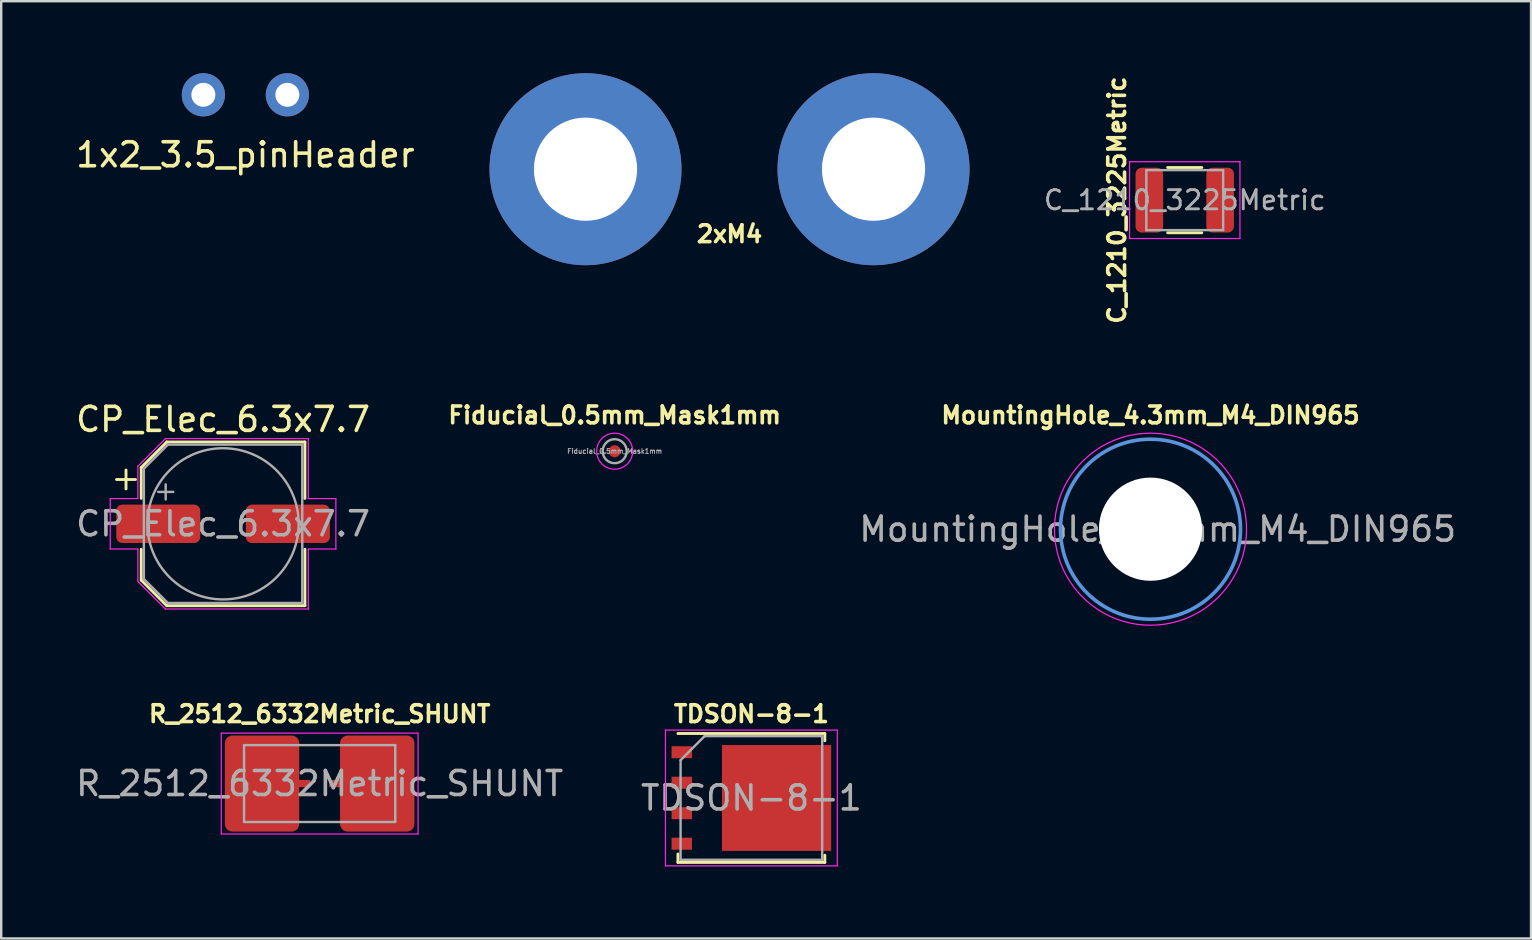
<source format=kicad_pcb>
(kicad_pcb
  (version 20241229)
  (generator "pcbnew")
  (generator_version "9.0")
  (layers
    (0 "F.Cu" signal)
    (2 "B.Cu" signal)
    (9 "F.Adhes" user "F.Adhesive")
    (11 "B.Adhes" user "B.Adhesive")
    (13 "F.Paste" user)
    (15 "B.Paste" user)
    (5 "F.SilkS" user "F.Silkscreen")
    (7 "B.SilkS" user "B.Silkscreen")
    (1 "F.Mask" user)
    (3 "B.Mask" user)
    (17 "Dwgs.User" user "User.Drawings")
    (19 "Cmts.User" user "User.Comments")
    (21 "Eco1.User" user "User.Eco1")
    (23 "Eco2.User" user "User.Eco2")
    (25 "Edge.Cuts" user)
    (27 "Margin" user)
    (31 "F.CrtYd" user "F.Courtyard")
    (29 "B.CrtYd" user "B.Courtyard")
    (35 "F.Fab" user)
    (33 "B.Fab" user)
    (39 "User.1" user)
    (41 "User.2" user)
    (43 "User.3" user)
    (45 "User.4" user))
  (footprint "CP_Elec_6.3x7.7"
    (layer "F.Cu")
    (at 6.244 18.775)
    (property "Reference" "CP_Elec_6.3x7.7" (at 0 -4.35 180) (layer "F.SilkS") (effects (font (size 1 1) (thickness 0.15))))
    (attr smd)
    (fp_line (start -4.438 -1.847) (end -3.65 -1.847) (stroke (width 0.12) (type solid)) (layer "F.SilkS"))
    (fp_line (start -4.044 -2.241) (end -4.044 -1.454) (stroke (width 0.12) (type solid)) (layer "F.SilkS"))
    (fp_line (start -3.41 -2.346) (end -3.41 -1.06) (stroke (width 0.12) (type solid)) (layer "F.SilkS"))
    (fp_line (start -3.41 -2.346) (end -2.346 -3.41) (stroke (width 0.12) (type solid)) (layer "F.SilkS"))
    (fp_line (start -3.41 2.346) (end -3.41 1.06) (stroke (width 0.12) (type solid)) (layer "F.SilkS"))
    (fp_line (start -3.41 2.346) (end -2.346 3.41) (stroke (width 0.12) (type solid)) (layer "F.SilkS"))
    (fp_line (start -2.346 -3.41) (end 3.41 -3.41) (stroke (width 0.12) (type solid)) (layer "F.SilkS"))
    (fp_line (start -2.346 3.41) (end 3.41 3.41) (stroke (width 0.12) (type solid)) (layer "F.SilkS"))
    (fp_line (start 3.41 -3.41) (end 3.41 -1.06) (stroke (width 0.12) (type solid)) (layer "F.SilkS"))
    (fp_line (start 3.41 3.41) (end 3.41 1.06) (stroke (width 0.12) (type solid)) (layer "F.SilkS"))
    (fp_line (start -4.7 -1.05) (end -4.7 1.05) (stroke (width 0.05) (type solid)) (layer "F.CrtYd"))
    (fp_line (start -4.7 1.05) (end -3.55 1.05) (stroke (width 0.05) (type solid)) (layer "F.CrtYd"))
    (fp_line (start -3.55 -2.4) (end -3.55 -1.05) (stroke (width 0.05) (type solid)) (layer "F.CrtYd"))
    (fp_line (start -3.55 -2.4) (end -2.4 -3.55) (stroke (width 0.05) (type solid)) (layer "F.CrtYd"))
    (fp_line (start -3.55 -1.05) (end -4.7 -1.05) (stroke (width 0.05) (type solid)) (layer "F.CrtYd"))
    (fp_line (start -3.55 1.05) (end -3.55 2.4) (stroke (width 0.05) (type solid)) (layer "F.CrtYd"))
    (fp_line (start -3.55 2.4) (end -2.4 3.55) (stroke (width 0.05) (type solid)) (layer "F.CrtYd"))
    (fp_line (start -2.4 -3.55) (end 3.55 -3.55) (stroke (width 0.05) (type solid)) (layer "F.CrtYd"))
    (fp_line (start -2.4 3.55) (end 3.55 3.55) (stroke (width 0.05) (type solid)) (layer "F.CrtYd"))
    (fp_line (start 3.55 -3.55) (end 3.55 -1.05) (stroke (width 0.05) (type solid)) (layer "F.CrtYd"))
    (fp_line (start 3.55 -1.05) (end 4.7 -1.05) (stroke (width 0.05) (type solid)) (layer "F.CrtYd"))
    (fp_line (start 3.55 1.05) (end 3.55 3.55) (stroke (width 0.05) (type solid)) (layer "F.CrtYd"))
    (fp_line (start 4.7 -1.05) (end 4.7 1.05) (stroke (width 0.05) (type solid)) (layer "F.CrtYd"))
    (fp_line (start 4.7 1.05) (end 3.55 1.05) (stroke (width 0.05) (type solid)) (layer "F.CrtYd"))
    (fp_line (start -3.3 -2.3) (end -3.3 2.3) (stroke (width 0.1) (type solid)) (layer "F.Fab"))
    (fp_line (start -3.3 -2.3) (end -2.3 -3.3) (stroke (width 0.1) (type solid)) (layer "F.Fab"))
    (fp_line (start -3.3 2.3) (end -2.3 3.3) (stroke (width 0.1) (type solid)) (layer "F.Fab"))
    (fp_line (start -2.705 -1.33) (end -2.075 -1.33) (stroke (width 0.1) (type solid)) (layer "F.Fab"))
    (fp_line (start -2.39 -1.645) (end -2.39 -1.015) (stroke (width 0.1) (type solid)) (layer "F.Fab"))
    (fp_line (start -2.3 -3.3) (end 3.3 -3.3) (stroke (width 0.1) (type solid)) (layer "F.Fab"))
    (fp_line (start -2.3 3.3) (end 3.3 3.3) (stroke (width 0.1) (type solid)) (layer "F.Fab"))
    (fp_line (start 3.3 -3.3) (end 3.3 3.3) (stroke (width 0.1) (type solid)) (layer "F.Fab"))
    (fp_circle (center 0 0) (end 3.15 0) (stroke (width 0.1) (type solid)) (fill no) (layer "F.Fab"))
    (fp_text user "${REFERENCE}" (at 0 0 180) (layer "F.Fab") (effects (font (size 1 1) (thickness 0.15))))
    (pad "1" smd roundrect (at -2.7 0) (size 3.5 1.6) (layers "F.Cu" "F.Mask" "F.Paste") (roundrect_rratio 0.156))
    (pad "2" smd roundrect (at 2.7 0) (size 3.5 1.6) (layers "F.Cu" "F.Mask" "F.Paste") (roundrect_rratio 0.156)))
  (footprint "TDSON-8-1"
    (layer "F.Cu")
    (at 28.256 30.197)
    (property "Reference" "TDSON-8-1" (at 0 -3.5 180) (layer "F.SilkS") (effects (font (size 0.7 0.7) (thickness 0.15))))
    (attr smd)
    (fp_line (start -3.06 2.335) (end -3.06 2.685) (stroke (width 0.12) (type solid)) (layer "F.SilkS"))
    (fp_line (start 3.06 -2.685) (end -3.06 -2.685) (stroke (width 0.12) (type solid)) (layer "F.SilkS"))
    (fp_line (start 3.06 -2.385) (end 3.06 -2.685) (stroke (width 0.12) (type solid)) (layer "F.SilkS"))
    (fp_line (start 3.06 2.385) (end 3.06 2.685) (stroke (width 0.12) (type solid)) (layer "F.SilkS"))
    (fp_line (start 3.06 2.685) (end -3.06 2.685) (stroke (width 0.12) (type solid)) (layer "F.SilkS"))
    (fp_line (start -3.58 -2.83) (end -3.58 2.83) (stroke (width 0.05) (type solid)) (layer "F.CrtYd"))
    (fp_line (start -3.58 2.83) (end 3.58 2.83) (stroke (width 0.05) (type solid)) (layer "F.CrtYd"))
    (fp_line (start 3.58 -2.83) (end -3.58 -2.83) (stroke (width 0.05) (type solid)) (layer "F.CrtYd"))
    (fp_line (start 3.58 2.83) (end 3.58 -2.83) (stroke (width 0.05) (type solid)) (layer "F.CrtYd"))
    (fp_line (start -2.95 2.575) (end -2.95 -1.575) (stroke (width 0.1) (type solid)) (layer "F.Fab"))
    (fp_line (start -1.95 -2.575) (end -2.95 -1.575) (stroke (width 0.1) (type solid)) (layer "F.Fab"))
    (fp_line (start -1.95 -2.575) (end 2.95 -2.575) (stroke (width 0.1) (type solid)) (layer "F.Fab"))
    (fp_line (start 2.95 -2.575) (end 2.95 2.575) (stroke (width 0.1) (type solid)) (layer "F.Fab"))
    (fp_line (start 2.95 2.575) (end -2.95 2.575) (stroke (width 0.1) (type solid)) (layer "F.Fab"))
    (fp_text user "${REFERENCE}" (at 0 0 180) (layer "F.Fab") (effects (font (size 1 1) (thickness 0.15))))
    (pad "" smd rect (at -0.2 -0.85) (size 1.5 1.5) (layers "F.Paste"))
    (pad "" smd rect (at -0.2 0.85) (size 1.5 1.5) (layers "F.Paste"))
    (pad "" smd custom (at 0.65 0) (size 3.75 4.41) (layers "F.Mask") (options (anchor rect)) (primitives (gr_poly (pts (xy 1.875 -2.205) (xy 2.675 -2.205) (xy 2.675 -1.605) (xy 1.875 -1.605)) (width 0) (fill yes)) (gr_poly (pts (xy 1.875 -0.935) (xy 2.675 -0.935) (xy 2.675 -0.335) (xy 1.875 -0.335)) (width 0) (fill yes)) (gr_poly (pts (xy 1.875 0.335) (xy 2.675 0.335) (xy 2.675 0.935) (xy 1.875 0.935)) (width 0) (fill yes)) (gr_poly (pts (xy 1.875 1.605) (xy 2.675 1.605) (xy 2.675 2.205) (xy 1.875 2.205)) (width 0) (fill yes))))
    (pad "" smd rect (at 1.5 -0.85) (size 1.5 1.5) (layers "F.Paste"))
    (pad "" smd rect (at 1.5 0.85) (size 1.5 1.5) (layers "F.Paste"))
    (pad "" smd rect (at 2.905 -1.905) (size 0.75 0.5) (layers "F.Paste"))
    (pad "" smd rect (at 2.905 -0.635) (size 0.75 0.5) (layers "F.Paste"))
    (pad "" smd rect (at 2.905 0.635) (size 0.75 0.5) (layers "F.Paste"))
    (pad "" smd rect (at 2.905 1.905) (size 0.75 0.5) (layers "F.Paste"))
    (pad "1" smd rect (at -2.9 -1.905) (size 0.85 0.5) (layers "F.Cu" "F.Mask" "F.Paste"))
    (pad "2" smd rect (at -2.9 -0.635) (size 0.85 0.5) (layers "F.Cu" "F.Mask" "F.Paste"))
    (pad "3" smd rect (at -2.9 0.635) (size 0.85 0.5) (layers "F.Cu" "F.Mask" "F.Paste"))
    (pad "4" smd rect (at -2.9 1.905) (size 0.85 0.5) (layers "F.Cu" "F.Mask" "F.Paste"))
    (pad "5" smd rect (at 1.05 0) (size 4.55 4.41) (layers "F.Cu")))
  (footprint "Fiducial_0.5mm_Mask1mm"
    (layer "F.Cu")
    (at 22.56 15.749)
    (property "Reference" "Fiducial_0.5mm_Mask1mm" (at 0 -1.5 180) (layer "F.SilkS") (effects (font (size 0.7 0.7) (thickness 0.15))))
    (attr smd)
    (fp_circle (center 0 0) (end 0.75 0) (stroke (width 0.05) (type solid)) (fill no) (layer "F.CrtYd"))
    (fp_circle (center 0 0) (end 0.5 0) (stroke (width 0.1) (type solid)) (fill no) (layer "F.Fab"))
    (fp_text user "${REFERENCE}" (at 0 0 180) (layer "F.Fab") (effects (font (size 0.2 0.2) (thickness 0.04))))
    (pad "" smd circle (at 0 0) (size 0.5 0.5) (layers "F.Cu" "F.Mask")))
  (footprint "2xM4"
    (layer "F.Cu")
    (at 27.345 4)
    (property "Reference" "2xM4" (at 0 2.7 0) (layer "F.SilkS") (effects (font (size 0.7 0.7) (thickness 0.15))))
    (attr exclude_from_pos_files exclude_from_bom)
    (pad "1" thru_hole circle (at -6 0) (size 8 8) (drill 4.3) (layers "*.Cu" "*.Mask"))
    (pad "2" thru_hole circle (at 6 0) (size 8 8) (drill 4.3) (layers "*.Cu" "*.Mask")))
  (footprint "1x2_3.5_pinHeader"
    (layer "F.Cu")
    (at 7.173 0.9)
    (property "Reference" "1x2_3.5_pinHeader" (at 0 2.5 180) (layer "F.SilkS") (effects (font (size 1 1) (thickness 0.15))))
    (attr through_hole)
    (pad "1" thru_hole circle (at -1.75 0) (size 1.8 1.8) (drill 1) (layers "*.Cu" "*.Mask"))
    (pad "2" thru_hole circle (at 1.75 0) (size 1.8 1.8) (drill 1) (layers "*.Cu" "*.Mask")))
  (footprint "MountingHole_4.3mm_M4_DIN965"
    (layer "F.Cu")
    (at 44.885 18.999)
    (property "Reference" "MountingHole_4.3mm_M4_DIN965" (at 0 -4.75 180) (layer "F.SilkS") (effects (font (size 0.7 0.7) (thickness 0.15))))
    (attr exclude_from_pos_files exclude_from_bom)
    (fp_circle (center 0 0) (end 3.75 0) (stroke (width 0.15) (type solid)) (fill no) (layer "Cmts.User"))
    (fp_circle (center 0 0) (end 4 0) (stroke (width 0.05) (type solid)) (fill no) (layer "F.CrtYd"))
    (fp_text user "${REFERENCE}" (at 0.3 0 180) (layer "F.Fab") (effects (font (size 1 1) (thickness 0.15))))
    (pad "" np_thru_hole circle (at 0 0) (size 4.3 4.3) (drill 4.3) (layers "*.Cu" "*.Mask")))
  (footprint "C_1210_3225Metric"
    (layer "F.Cu")
    (at 46.312 5.288)
    (property "Reference" "C_1210_3225Metric" (at -2.825 0 270) (layer "F.SilkS") (effects (font (size 0.7 0.7) (thickness 0.15))))
    (attr smd)
    (fp_line (start -0.711 -1.36) (end 0.711 -1.36) (stroke (width 0.12) (type solid)) (layer "F.SilkS"))
    (fp_line (start -0.711 1.36) (end 0.711 1.36) (stroke (width 0.12) (type solid)) (layer "F.SilkS"))
    (fp_line (start -2.3 -1.6) (end 2.3 -1.6) (stroke (width 0.05) (type solid)) (layer "F.CrtYd"))
    (fp_line (start -2.3 1.6) (end -2.3 -1.6) (stroke (width 0.05) (type solid)) (layer "F.CrtYd"))
    (fp_line (start 2.3 -1.6) (end 2.3 1.6) (stroke (width 0.05) (type solid)) (layer "F.CrtYd"))
    (fp_line (start 2.3 1.6) (end -2.3 1.6) (stroke (width 0.05) (type solid)) (layer "F.CrtYd"))
    (fp_line (start -1.6 -1.25) (end 1.6 -1.25) (stroke (width 0.1) (type solid)) (layer "F.Fab"))
    (fp_line (start -1.6 1.25) (end -1.6 -1.25) (stroke (width 0.1) (type solid)) (layer "F.Fab"))
    (fp_line (start 1.6 -1.25) (end 1.6 1.25) (stroke (width 0.1) (type solid)) (layer "F.Fab"))
    (fp_line (start 1.6 1.25) (end -1.6 1.25) (stroke (width 0.1) (type solid)) (layer "F.Fab"))
    (fp_text user "${REFERENCE}" (at 0 0 180) (layer "F.Fab") (effects (font (size 0.8 0.8) (thickness 0.12))))
    (pad "1" smd roundrect (at -1.475 0) (size 1.15 2.7) (layers "F.Cu" "F.Mask" "F.Paste") (roundrect_rratio 0.217))
    (pad "2" smd roundrect (at 1.475 0) (size 1.15 2.7) (layers "F.Cu" "F.Mask" "F.Paste") (roundrect_rratio 0.217)))
  (footprint "R_2512_6332Metric_SHUNT"
    (layer "F.Cu")
    (at 10.268 29.597)
    (property "Reference" "R_2512_6332Metric_SHUNT" (at 0 -2.9 0) (layer "F.SilkS") (effects (font (size 0.7 0.7) (thickness 0.15))))
    (attr smd)
    (fp_line (start -4.1 -2.1) (end 4.1 -2.1) (stroke (width 0.05) (type solid)) (layer "F.CrtYd"))
    (fp_line (start -4.1 2.1) (end -4.1 -2.1) (stroke (width 0.05) (type solid)) (layer "F.CrtYd"))
    (fp_line (start 4.1 -2.1) (end 4.1 2.1) (stroke (width 0.05) (type solid)) (layer "F.CrtYd"))
    (fp_line (start 4.1 2.1) (end -4.1 2.1) (stroke (width 0.05) (type solid)) (layer "F.CrtYd"))
    (fp_line (start -3.15 -1.6) (end 3.15 -1.6) (stroke (width 0.1) (type solid)) (layer "F.Fab"))
    (fp_line (start -3.15 1.6) (end -3.15 -1.6) (stroke (width 0.1) (type solid)) (layer "F.Fab"))
    (fp_line (start 3.15 -1.6) (end 3.15 1.6) (stroke (width 0.1) (type solid)) (layer "F.Fab"))
    (fp_line (start 3.15 1.6) (end -3.15 1.6) (stroke (width 0.1) (type solid)) (layer "F.Fab"))
    (fp_text user "${REFERENCE}" (at 0 0 0) (layer "F.Fab") (effects (font (size 1 1) (thickness 0.15))))
    (pad "1" smd roundrect (at -2.2 0) (size 3.1 4) (drill (offset -0.2 0)) (layers "F.Cu" "F.Mask" "F.Paste") (roundrect_rratio 0.1))
    (pad "2" smd roundrect (at -0.7 0) (size 0.6 0.3) (layers "F.Cu" "F.Mask" "F.Paste") (roundrect_rratio 0.1))
    (pad "3" smd roundrect (at 0.7 0) (size 0.6 0.3) (layers "F.Cu" "F.Mask" "F.Paste") (roundrect_rratio 0.1))
    (pad "4" smd roundrect (at 2.2 0) (size 3.1 4) (drill (offset 0.2 0)) (layers "F.Cu" "F.Mask" "F.Paste") (roundrect_rratio 0.1)))
  (gr_rect
    (start -3 -3)
    (end 60.739 36.052)
    (stroke (width 0.1) (type default))
    (fill no)
    (layer "Edge.Cuts")))
</source>
